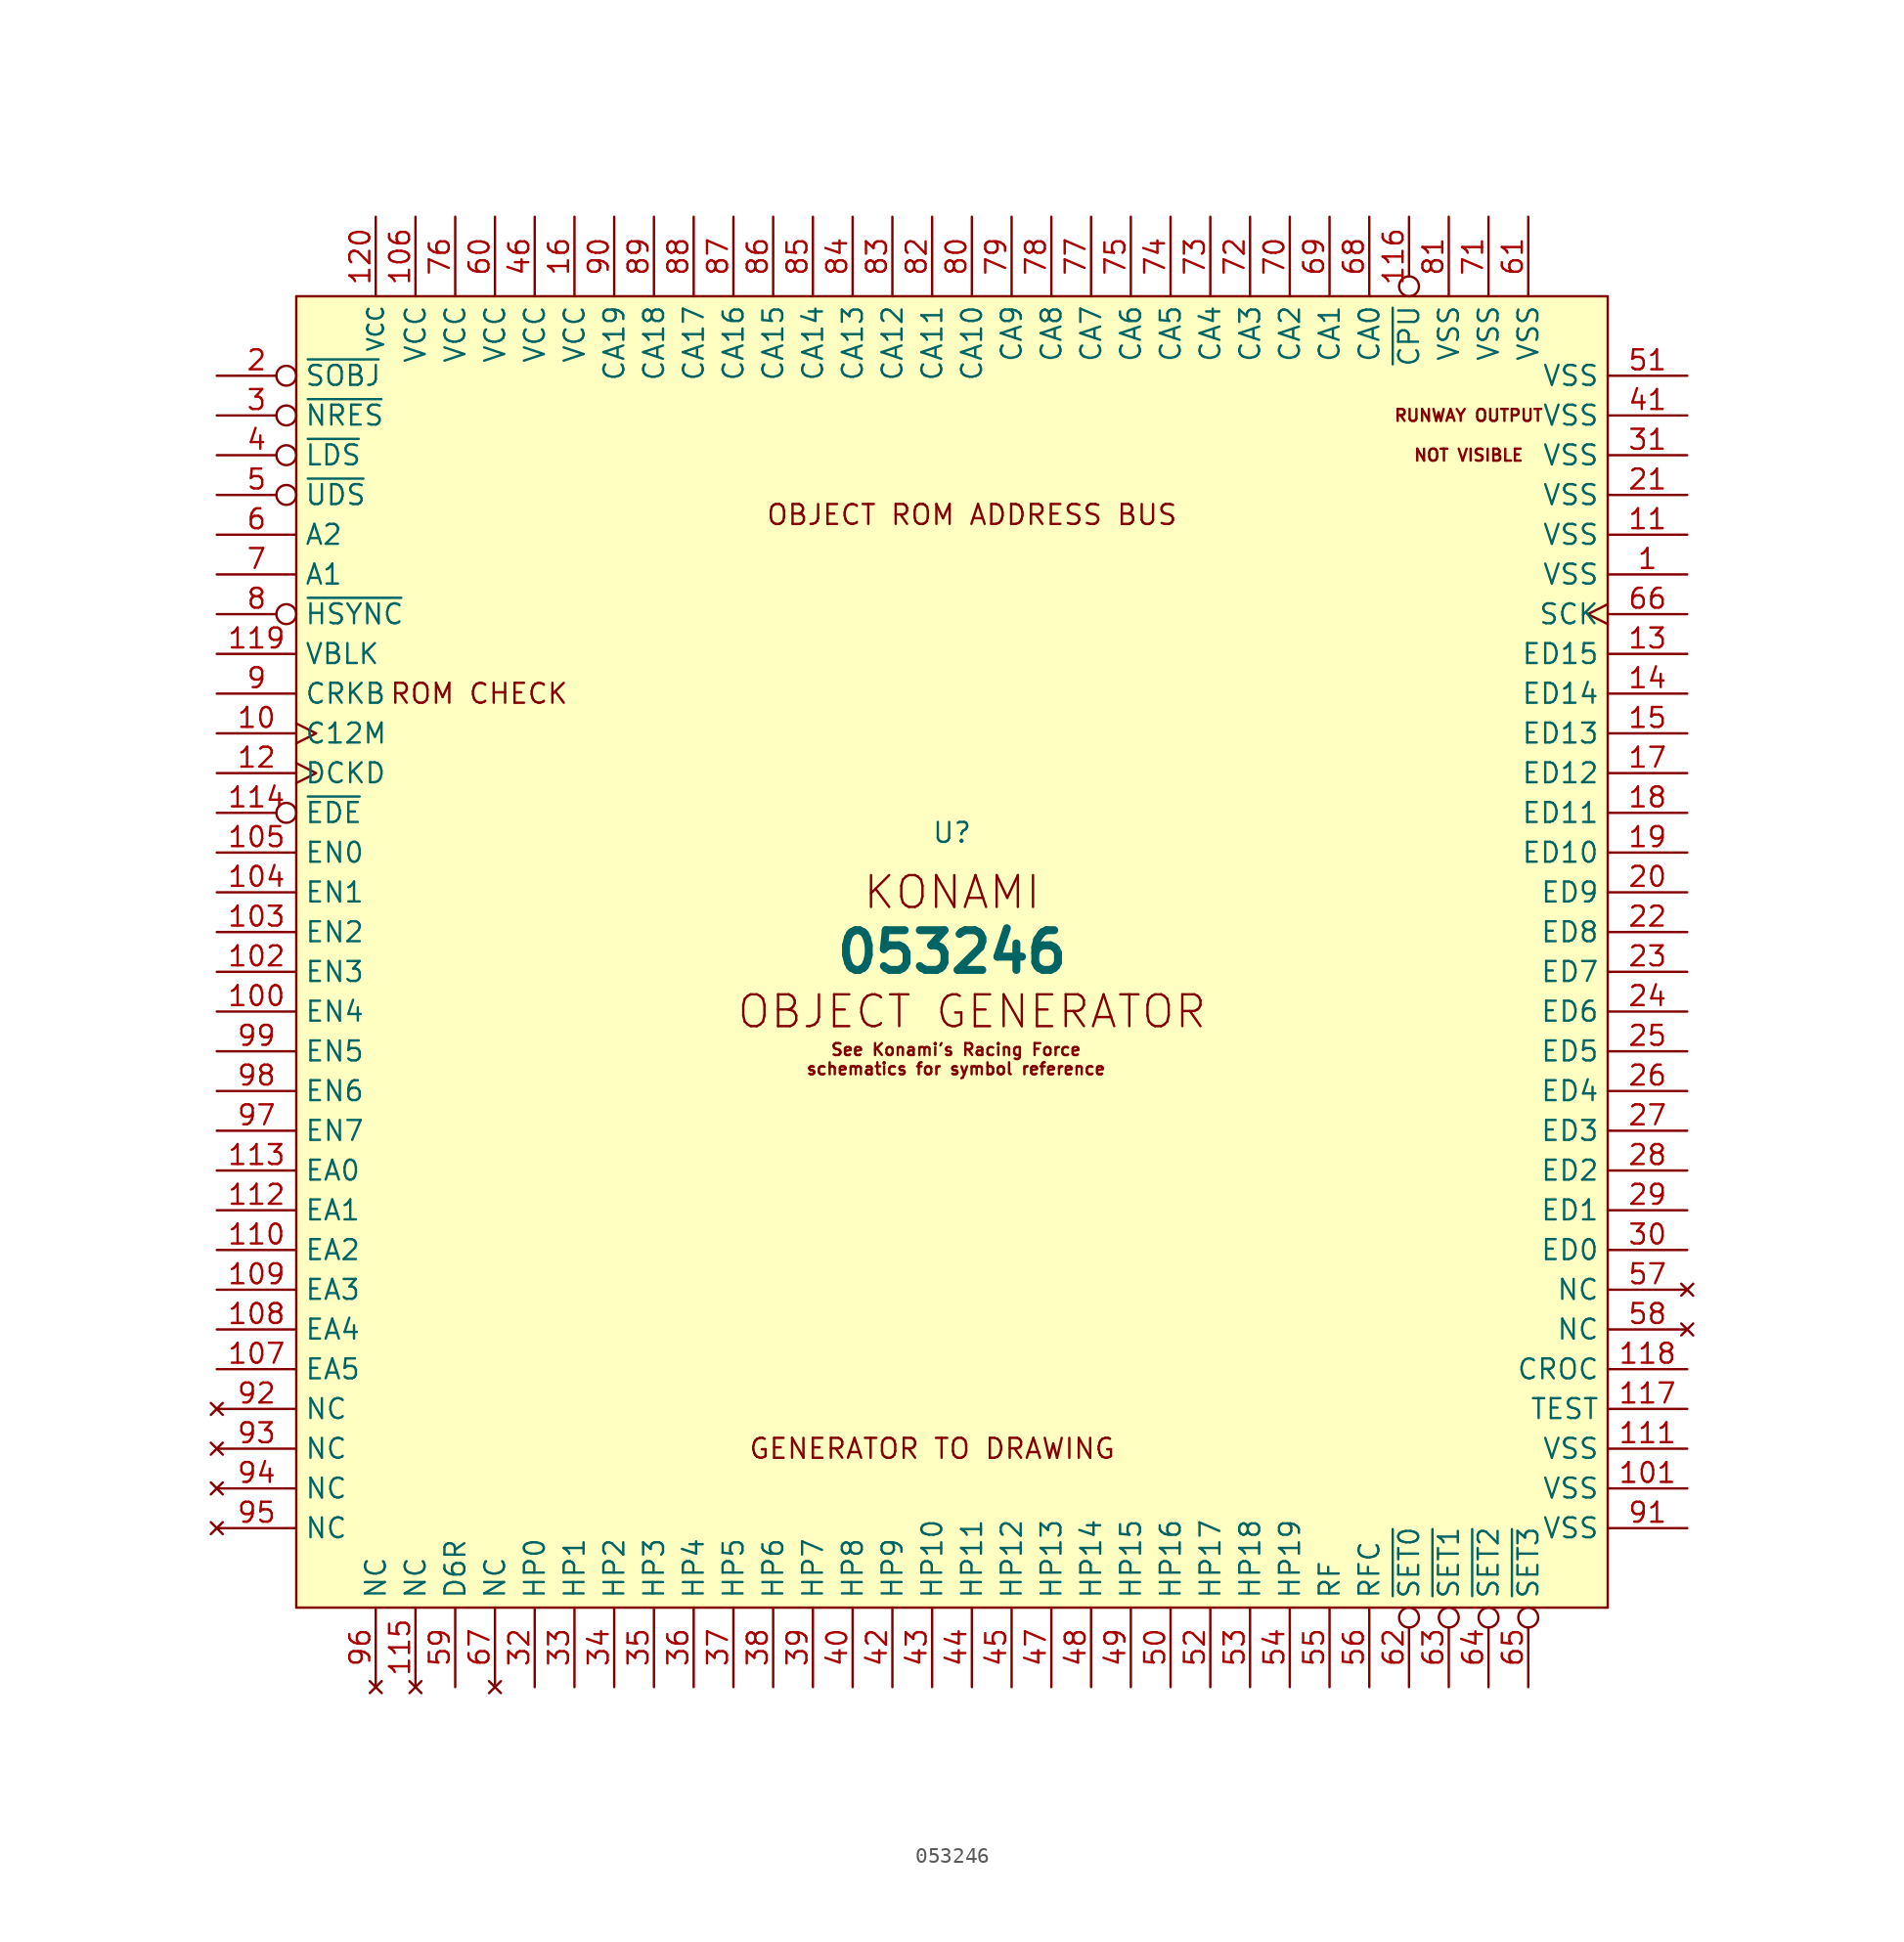
<source format=kicad_sym>
(kicad_symbol_lib
  (version 20231120)
  (generator "kicad_symbol_editor")
  (generator_version "8.0")
  (symbol "053246"
    (property "Reference" "U"
      (at 0 6.35 0)
      (effects (font (size 1.27 1.27))))
    (property "Value" "053246"
      (at 0 -1.27 0)
      (effects (font (size 2.54 2.54) (bold yes))))
    (symbol "053246_0_0"
      (rectangle (start -41.91 40.64) (end 41.91 -43.18) (stroke (width 0.152) (type default)) (fill (type background)))
      (text "GENERATOR TO DRAWING" (at -1.27 -33.02 0) (effects (font (size 1.27 1.27))))
      (text "KONAMI" (at 0 2.54 0) (effects (font (size 2.032 2.032))))
      (text "NOT VISIBLE" (at 33.02 30.48 0) (effects (font (size 0.762 0.762))))
      (text "OBJECT GENERATOR" (at 1.27 -5.08 0) (effects (font (size 2.032 2.032))))
      (text "OBJECT ROM ADDRESS BUS" (at 1.27 26.67 0) (effects (font (size 1.27 1.27))))
      (text "RUNWAY OUTPUT" (at 33.02 33.02 0) (effects (font (size 0.762 0.762)))))
    (symbol "053246_1_0"
      (text "ROM CHECK" (at -30.226 15.24 0) (effects (font (size 1.27 1.27))))
      (text "See Konami's Racing Force\nschematics for symbol reference" (at 0.254 -8.128 0) (effects (font (size 0.762 0.762)))))
    (symbol "053246_1_1"
      (pin power_in line (at 46.99 22.86 180) (length 5.08) (name "VSS" (effects (font (size 1.27 1.27)))) (number "1" (effects (font (size 1.27 1.27)))))
      (pin input clock (at -46.99 12.7 0) (length 5.08) (name "C12M" (effects (font (size 1.27 1.27)))) (number "10" (effects (font (size 1.27 1.27)))))
      (pin tri_state line (at -46.99 -5.08 0) (length 5.08) (name "EN4" (effects (font (size 1.27 1.27)))) (number "100" (effects (font (size 1.27 1.27)))))
      (pin power_in line (at 46.99 -35.56 180) (length 5.08) (name "VSS" (effects (font (size 1.27 1.27)))) (number "101" (effects (font (size 1.27 1.27)))))
      (pin tri_state line (at -46.99 -2.54 0) (length 5.08) (name "EN3" (effects (font (size 1.27 1.27)))) (number "102" (effects (font (size 1.27 1.27)))))
      (pin tri_state line (at -46.99 0 0) (length 5.08) (name "EN2" (effects (font (size 1.27 1.27)))) (number "103" (effects (font (size 1.27 1.27)))))
      (pin tri_state line (at -46.99 2.54 0) (length 5.08) (name "EN1" (effects (font (size 1.27 1.27)))) (number "104" (effects (font (size 1.27 1.27)))))
      (pin tri_state line (at -46.99 5.08 0) (length 5.08) (name "EN0" (effects (font (size 1.27 1.27)))) (number "105" (effects (font (size 1.27 1.27)))))
      (pin power_in line (at -34.29 45.72 270) (length 5.08) (name "VCC" (effects (font (size 1.27 1.27)))) (number "106" (effects (font (size 1.27 1.27)))))
      (pin tri_state line (at -46.99 -27.94 0) (length 5.08) (name "EA5" (effects (font (size 1.27 1.27)))) (number "107" (effects (font (size 1.27 1.27)))))
      (pin tri_state line (at -46.99 -25.4 0) (length 5.08) (name "EA4" (effects (font (size 1.27 1.27)))) (number "108" (effects (font (size 1.27 1.27)))))
      (pin tri_state line (at -46.99 -22.86 0) (length 5.08) (name "EA3" (effects (font (size 1.27 1.27)))) (number "109" (effects (font (size 1.27 1.27)))))
      (pin power_in line (at 46.99 25.4 180) (length 5.08) (name "VSS" (effects (font (size 1.27 1.27)))) (number "11" (effects (font (size 1.27 1.27)))))
      (pin tri_state line (at -46.99 -20.32 0) (length 5.08) (name "EA2" (effects (font (size 1.27 1.27)))) (number "110" (effects (font (size 1.27 1.27)))))
      (pin power_in line (at 46.99 -33.02 180) (length 5.08) (name "VSS" (effects (font (size 1.27 1.27)))) (number "111" (effects (font (size 1.27 1.27)))))
      (pin tri_state line (at -46.99 -17.78 0) (length 5.08) (name "EA1" (effects (font (size 1.27 1.27)))) (number "112" (effects (font (size 1.27 1.27)))))
      (pin tri_state line (at -46.99 -15.24 0) (length 5.08) (name "EA0" (effects (font (size 1.27 1.27)))) (number "113" (effects (font (size 1.27 1.27)))))
      (pin tri_state inverted (at -46.99 7.62 0) (length 5.08) (name "~{EDE}" (effects (font (size 1.27 1.27)))) (number "114" (effects (font (size 1.27 1.27)))))
      (pin no_connect line (at -34.29 -48.26 90) (length 5.08) (name "NC" (effects (font (size 1.27 1.27)))) (number "115" (effects (font (size 1.27 1.27)))))
      (pin output inverted (at 29.21 45.72 270) (length 5.08) (name "~{CPU}" (effects (font (size 1.27 1.27)))) (number "116" (effects (font (size 1.27 1.27)))))
      (pin input line (at 46.99 -30.48 180) (length 5.08) (name "TEST" (effects (font (size 1.27 1.27)))) (number "117" (effects (font (size 1.27 1.27)))))
      (pin input line (at 46.99 -27.94 180) (length 5.08) (name "CROC" (effects (font (size 1.27 1.27)))) (number "118" (effects (font (size 1.27 1.27)))))
      (pin input line (at -46.99 17.78 0) (length 5.08) (name "VBLK" (effects (font (size 1.27 1.27)))) (number "119" (effects (font (size 1.27 1.27)))))
      (pin input clock (at -46.99 10.16 0) (length 5.08) (name "DCKD" (effects (font (size 1.27 1.27)))) (number "12" (effects (font (size 1.27 1.27)))))
      (pin power_in line (at -36.83 45.72 270) (length 5.08) (name "VCC" (effects (font (size 1.016 1.016)))) (number "120" (effects (font (size 1.27 1.27)))))
      (pin tri_state line (at 46.99 17.78 180) (length 5.08) (name "ED15" (effects (font (size 1.27 1.27)))) (number "13" (effects (font (size 1.27 1.27)))))
      (pin tri_state line (at 46.99 15.24 180) (length 5.08) (name "ED14" (effects (font (size 1.27 1.27)))) (number "14" (effects (font (size 1.27 1.27)))))
      (pin tri_state line (at 46.99 12.7 180) (length 5.08) (name "ED13" (effects (font (size 1.27 1.27)))) (number "15" (effects (font (size 1.27 1.27)))))
      (pin power_in line (at -24.13 45.72 270) (length 5.08) (name "VCC" (effects (font (size 1.27 1.27)))) (number "16" (effects (font (size 1.27 1.27)))))
      (pin tri_state line (at 46.99 10.16 180) (length 5.08) (name "ED12" (effects (font (size 1.27 1.27)))) (number "17" (effects (font (size 1.27 1.27)))))
      (pin tri_state line (at 46.99 7.62 180) (length 5.08) (name "ED11" (effects (font (size 1.27 1.27)))) (number "18" (effects (font (size 1.27 1.27)))))
      (pin tri_state line (at 46.99 5.08 180) (length 5.08) (name "ED10" (effects (font (size 1.27 1.27)))) (number "19" (effects (font (size 1.27 1.27)))))
      (pin input inverted (at -46.99 35.56 0) (length 5.08) (name "~{SOBJ}" (effects (font (size 1.27 1.27)))) (number "2" (effects (font (size 1.27 1.27)))))
      (pin tri_state line (at 46.99 2.54 180) (length 5.08) (name "ED9" (effects (font (size 1.27 1.27)))) (number "20" (effects (font (size 1.27 1.27)))))
      (pin power_in line (at 46.99 27.94 180) (length 5.08) (name "VSS" (effects (font (size 1.27 1.27)))) (number "21" (effects (font (size 1.27 1.27)))))
      (pin tri_state line (at 46.99 0 180) (length 5.08) (name "ED8" (effects (font (size 1.27 1.27)))) (number "22" (effects (font (size 1.27 1.27)))))
      (pin tri_state line (at 46.99 -2.54 180) (length 5.08) (name "ED7" (effects (font (size 1.27 1.27)))) (number "23" (effects (font (size 1.27 1.27)))))
      (pin tri_state line (at 46.99 -5.08 180) (length 5.08) (name "ED6" (effects (font (size 1.27 1.27)))) (number "24" (effects (font (size 1.27 1.27)))))
      (pin tri_state line (at 46.99 -7.62 180) (length 5.08) (name "ED5" (effects (font (size 1.27 1.27)))) (number "25" (effects (font (size 1.27 1.27)))))
      (pin tri_state line (at 46.99 -10.16 180) (length 5.08) (name "ED4" (effects (font (size 1.27 1.27)))) (number "26" (effects (font (size 1.27 1.27)))))
      (pin tri_state line (at 46.99 -12.7 180) (length 5.08) (name "ED3" (effects (font (size 1.27 1.27)))) (number "27" (effects (font (size 1.27 1.27)))))
      (pin tri_state line (at 46.99 -15.24 180) (length 5.08) (name "ED2" (effects (font (size 1.27 1.27)))) (number "28" (effects (font (size 1.27 1.27)))))
      (pin tri_state line (at 46.99 -17.78 180) (length 5.08) (name "ED1" (effects (font (size 1.27 1.27)))) (number "29" (effects (font (size 1.27 1.27)))))
      (pin input inverted (at -46.99 33.02 0) (length 5.08) (name "~{NRES}" (effects (font (size 1.27 1.27)))) (number "3" (effects (font (size 1.27 1.27)))))
      (pin tri_state line (at 46.99 -20.32 180) (length 5.08) (name "ED0" (effects (font (size 1.27 1.27)))) (number "30" (effects (font (size 1.27 1.27)))))
      (pin power_in line (at 46.99 30.48 180) (length 5.08) (name "VSS" (effects (font (size 1.27 1.27)))) (number "31" (effects (font (size 1.27 1.27)))))
      (pin input line (at -26.67 -48.26 90) (length 5.08) (name "HP0" (effects (font (size 1.27 1.27)))) (number "32" (effects (font (size 1.27 1.27)))))
      (pin input line (at -24.13 -48.26 90) (length 5.08) (name "HP1" (effects (font (size 1.27 1.27)))) (number "33" (effects (font (size 1.27 1.27)))))
      (pin input line (at -21.59 -48.26 90) (length 5.08) (name "HP2" (effects (font (size 1.27 1.27)))) (number "34" (effects (font (size 1.27 1.27)))))
      (pin input line (at -19.05 -48.26 90) (length 5.08) (name "HP3" (effects (font (size 1.27 1.27)))) (number "35" (effects (font (size 1.27 1.27)))))
      (pin input line (at -16.51 -48.26 90) (length 5.08) (name "HP4" (effects (font (size 1.27 1.27)))) (number "36" (effects (font (size 1.27 1.27)))))
      (pin input line (at -13.97 -48.26 90) (length 5.08) (name "HP5" (effects (font (size 1.27 1.27)))) (number "37" (effects (font (size 1.27 1.27)))))
      (pin input line (at -11.43 -48.26 90) (length 5.08) (name "HP6" (effects (font (size 1.27 1.27)))) (number "38" (effects (font (size 1.27 1.27)))))
      (pin input line (at -8.89 -48.26 90) (length 5.08) (name "HP7" (effects (font (size 1.27 1.27)))) (number "39" (effects (font (size 1.27 1.27)))))
      (pin input inverted (at -46.99 30.48 0) (length 5.08) (name "~{LDS}" (effects (font (size 1.27 1.27)))) (number "4" (effects (font (size 1.27 1.27)))))
      (pin input line (at -6.35 -48.26 90) (length 5.08) (name "HP8" (effects (font (size 1.27 1.27)))) (number "40" (effects (font (size 1.27 1.27)))))
      (pin power_in line (at 46.99 33.02 180) (length 5.08) (name "VSS" (effects (font (size 1.27 1.27)))) (number "41" (effects (font (size 1.27 1.27)))))
      (pin input line (at -3.81 -48.26 90) (length 5.08) (name "HP9" (effects (font (size 1.27 1.27)))) (number "42" (effects (font (size 1.27 1.27)))))
      (pin input line (at -1.27 -48.26 90) (length 5.08) (name "HP10" (effects (font (size 1.27 1.27)))) (number "43" (effects (font (size 1.27 1.27)))))
      (pin input line (at 1.27 -48.26 90) (length 5.08) (name "HP11" (effects (font (size 1.27 1.27)))) (number "44" (effects (font (size 1.27 1.27)))))
      (pin input line (at 3.81 -48.26 90) (length 5.08) (name "HP12" (effects (font (size 1.27 1.27)))) (number "45" (effects (font (size 1.27 1.27)))))
      (pin power_in line (at -26.67 45.72 270) (length 5.08) (name "VCC" (effects (font (size 1.27 1.27)))) (number "46" (effects (font (size 1.27 1.27)))))
      (pin input line (at 6.35 -48.26 90) (length 5.08) (name "HP13" (effects (font (size 1.27 1.27)))) (number "47" (effects (font (size 1.27 1.27)))))
      (pin input line (at 8.89 -48.26 90) (length 5.08) (name "HP14" (effects (font (size 1.27 1.27)))) (number "48" (effects (font (size 1.27 1.27)))))
      (pin input line (at 11.43 -48.26 90) (length 5.08) (name "HP15" (effects (font (size 1.27 1.27)))) (number "49" (effects (font (size 1.27 1.27)))))
      (pin input inverted (at -46.99 27.94 0) (length 5.08) (name "~{UDS}" (effects (font (size 1.27 1.27)))) (number "5" (effects (font (size 1.27 1.27)))))
      (pin input line (at 13.97 -48.26 90) (length 5.08) (name "HP16" (effects (font (size 1.27 1.27)))) (number "50" (effects (font (size 1.27 1.27)))))
      (pin power_in line (at 46.99 35.56 180) (length 5.08) (name "VSS" (effects (font (size 1.27 1.27)))) (number "51" (effects (font (size 1.27 1.27)))))
      (pin input line (at 16.51 -48.26 90) (length 5.08) (name "HP17" (effects (font (size 1.27 1.27)))) (number "52" (effects (font (size 1.27 1.27)))))
      (pin input line (at 19.05 -48.26 90) (length 5.08) (name "HP18" (effects (font (size 1.27 1.27)))) (number "53" (effects (font (size 1.27 1.27)))))
      (pin input line (at 21.59 -48.26 90) (length 5.08) (name "HP19" (effects (font (size 1.27 1.27)))) (number "54" (effects (font (size 1.27 1.27)))))
      (pin input line (at 24.13 -48.26 90) (length 5.08) (name "RF" (effects (font (size 1.27 1.27)))) (number "55" (effects (font (size 1.27 1.27)))))
      (pin input line (at 26.67 -48.26 90) (length 5.08) (name "RFC" (effects (font (size 1.27 1.27)))) (number "56" (effects (font (size 1.27 1.27)))))
      (pin no_connect line (at 46.99 -22.86 180) (length 5.08) (name "NC" (effects (font (size 1.27 1.27)))) (number "57" (effects (font (size 1.27 1.27)))))
      (pin no_connect line (at 46.99 -25.4 180) (length 5.08) (name "NC" (effects (font (size 1.27 1.27)))) (number "58" (effects (font (size 1.27 1.27)))))
      (pin output line (at -31.75 -48.26 90) (length 5.08) (name "D6R" (effects (font (size 1.27 1.27)))) (number "59" (effects (font (size 1.27 1.27)))))
      (pin input line (at -46.99 25.4 0) (length 5.08) (name "A2" (effects (font (size 1.27 1.27)))) (number "6" (effects (font (size 1.27 1.27)))))
      (pin power_in line (at -29.21 45.72 270) (length 5.08) (name "VCC" (effects (font (size 1.27 1.27)))) (number "60" (effects (font (size 1.27 1.27)))))
      (pin power_in line (at 36.83 45.72 270) (length 5.08) (name "VSS" (effects (font (size 1.27 1.27)))) (number "61" (effects (font (size 1.27 1.27)))))
      (pin output inverted (at 29.21 -48.26 90) (length 5.08) (name "~{SET0}" (effects (font (size 1.27 1.27)))) (number "62" (effects (font (size 1.27 1.27)))))
      (pin output inverted (at 31.75 -48.26 90) (length 5.08) (name "~{SET1}" (effects (font (size 1.27 1.27)))) (number "63" (effects (font (size 1.27 1.27)))))
      (pin output inverted (at 34.29 -48.26 90) (length 5.08) (name "~{SET2}" (effects (font (size 1.27 1.27)))) (number "64" (effects (font (size 1.27 1.27)))))
      (pin output inverted (at 36.83 -48.26 90) (length 5.08) (name "~{SET3}" (effects (font (size 1.27 1.27)))) (number "65" (effects (font (size 1.27 1.27)))))
      (pin output clock (at 46.99 20.32 180) (length 5.08) (name "SCK" (effects (font (size 1.27 1.27)))) (number "66" (effects (font (size 1.27 1.27)))))
      (pin no_connect line (at -29.21 -48.26 90) (length 5.08) (name "NC" (effects (font (size 1.27 1.27)))) (number "67" (effects (font (size 1.27 1.27)))))
      (pin output line (at 26.67 45.72 270) (length 5.08) (name "CA0" (effects (font (size 1.27 1.27)))) (number "68" (effects (font (size 1.27 1.27)))))
      (pin output line (at 24.13 45.72 270) (length 5.08) (name "CA1" (effects (font (size 1.27 1.27)))) (number "69" (effects (font (size 1.27 1.27)))))
      (pin input line (at -46.99 22.86 0) (length 5.08) (name "A1" (effects (font (size 1.27 1.27)))) (number "7" (effects (font (size 1.27 1.27)))))
      (pin output line (at 21.59 45.72 270) (length 5.08) (name "CA2" (effects (font (size 1.27 1.27)))) (number "70" (effects (font (size 1.27 1.27)))))
      (pin power_in line (at 34.29 45.72 270) (length 5.08) (name "VSS" (effects (font (size 1.27 1.27)))) (number "71" (effects (font (size 1.27 1.27)))))
      (pin output line (at 19.05 45.72 270) (length 5.08) (name "CA3" (effects (font (size 1.27 1.27)))) (number "72" (effects (font (size 1.27 1.27)))))
      (pin output line (at 16.51 45.72 270) (length 5.08) (name "CA4" (effects (font (size 1.27 1.27)))) (number "73" (effects (font (size 1.27 1.27)))))
      (pin output line (at 13.97 45.72 270) (length 5.08) (name "CA5" (effects (font (size 1.27 1.27)))) (number "74" (effects (font (size 1.27 1.27)))))
      (pin output line (at 11.43 45.72 270) (length 5.08) (name "CA6" (effects (font (size 1.27 1.27)))) (number "75" (effects (font (size 1.27 1.27)))))
      (pin power_in line (at -31.75 45.72 270) (length 5.08) (name "VCC" (effects (font (size 1.27 1.27)))) (number "76" (effects (font (size 1.27 1.27)))))
      (pin output line (at 8.89 45.72 270) (length 5.08) (name "CA7" (effects (font (size 1.27 1.27)))) (number "77" (effects (font (size 1.27 1.27)))))
      (pin output line (at 6.35 45.72 270) (length 5.08) (name "CA8" (effects (font (size 1.27 1.27)))) (number "78" (effects (font (size 1.27 1.27)))))
      (pin output line (at 3.81 45.72 270) (length 5.08) (name "CA9" (effects (font (size 1.27 1.27)))) (number "79" (effects (font (size 1.27 1.27)))))
      (pin input inverted (at -46.99 20.32 0) (length 5.08) (name "~{HSYNC}" (effects (font (size 1.27 1.27)))) (number "8" (effects (font (size 1.27 1.27)))))
      (pin output line (at 1.27 45.72 270) (length 5.08) (name "CA10" (effects (font (size 1.27 1.27)))) (number "80" (effects (font (size 1.27 1.27)))))
      (pin power_in line (at 31.75 45.72 270) (length 5.08) (name "VSS" (effects (font (size 1.27 1.27)))) (number "81" (effects (font (size 1.27 1.27)))))
      (pin output line (at -1.27 45.72 270) (length 5.08) (name "CA11" (effects (font (size 1.27 1.27)))) (number "82" (effects (font (size 1.27 1.27)))))
      (pin output line (at -3.81 45.72 270) (length 5.08) (name "CA12" (effects (font (size 1.27 1.27)))) (number "83" (effects (font (size 1.27 1.27)))))
      (pin output line (at -6.35 45.72 270) (length 5.08) (name "CA13" (effects (font (size 1.27 1.27)))) (number "84" (effects (font (size 1.27 1.27)))))
      (pin output line (at -8.89 45.72 270) (length 5.08) (name "CA14" (effects (font (size 1.27 1.27)))) (number "85" (effects (font (size 1.27 1.27)))))
      (pin output line (at -11.43 45.72 270) (length 5.08) (name "CA15" (effects (font (size 1.27 1.27)))) (number "86" (effects (font (size 1.27 1.27)))))
      (pin output line (at -13.97 45.72 270) (length 5.08) (name "CA16" (effects (font (size 1.27 1.27)))) (number "87" (effects (font (size 1.27 1.27)))))
      (pin output line (at -16.51 45.72 270) (length 5.08) (name "CA17" (effects (font (size 1.27 1.27)))) (number "88" (effects (font (size 1.27 1.27)))))
      (pin output line (at -19.05 45.72 270) (length 5.08) (name "CA18" (effects (font (size 1.27 1.27)))) (number "89" (effects (font (size 1.27 1.27)))))
      (pin input line (at -46.99 15.24 0) (length 5.08) (name "CRKB" (effects (font (size 1.27 1.27)))) (number "9" (effects (font (size 1.27 1.27)))))
      (pin output line (at -21.59 45.72 270) (length 5.08) (name "CA19" (effects (font (size 1.27 1.27)))) (number "90" (effects (font (size 1.27 1.27)))))
      (pin power_in line (at 46.99 -38.1 180) (length 5.08) (name "VSS" (effects (font (size 1.27 1.27)))) (number "91" (effects (font (size 1.27 1.27)))))
      (pin no_connect line (at -46.99 -30.48 0) (length 5.08) (name "NC" (effects (font (size 1.27 1.27)))) (number "92" (effects (font (size 1.27 1.27)))))
      (pin no_connect line (at -46.99 -33.02 0) (length 5.08) (name "NC" (effects (font (size 1.27 1.27)))) (number "93" (effects (font (size 1.27 1.27)))))
      (pin no_connect line (at -46.99 -35.56 0) (length 5.08) (name "NC" (effects (font (size 1.27 1.27)))) (number "94" (effects (font (size 1.27 1.27)))))
      (pin no_connect line (at -46.99 -38.1 0) (length 5.08) (name "NC" (effects (font (size 1.27 1.27)))) (number "95" (effects (font (size 1.27 1.27)))))
      (pin no_connect line (at -36.83 -48.26 90) (length 5.08) (name "NC" (effects (font (size 1.27 1.27)))) (number "96" (effects (font (size 1.27 1.27)))))
      (pin tri_state line (at -46.99 -12.7 0) (length 5.08) (name "EN7" (effects (font (size 1.27 1.27)))) (number "97" (effects (font (size 1.27 1.27)))))
      (pin tri_state line (at -46.99 -10.16 0) (length 5.08) (name "EN6" (effects (font (size 1.27 1.27)))) (number "98" (effects (font (size 1.27 1.27)))))
      (pin tri_state line (at -46.99 -7.62 0) (length 5.08) (name "EN5" (effects (font (size 1.27 1.27)))) (number "99" (effects (font (size 1.27 1.27))))))))
</source>
